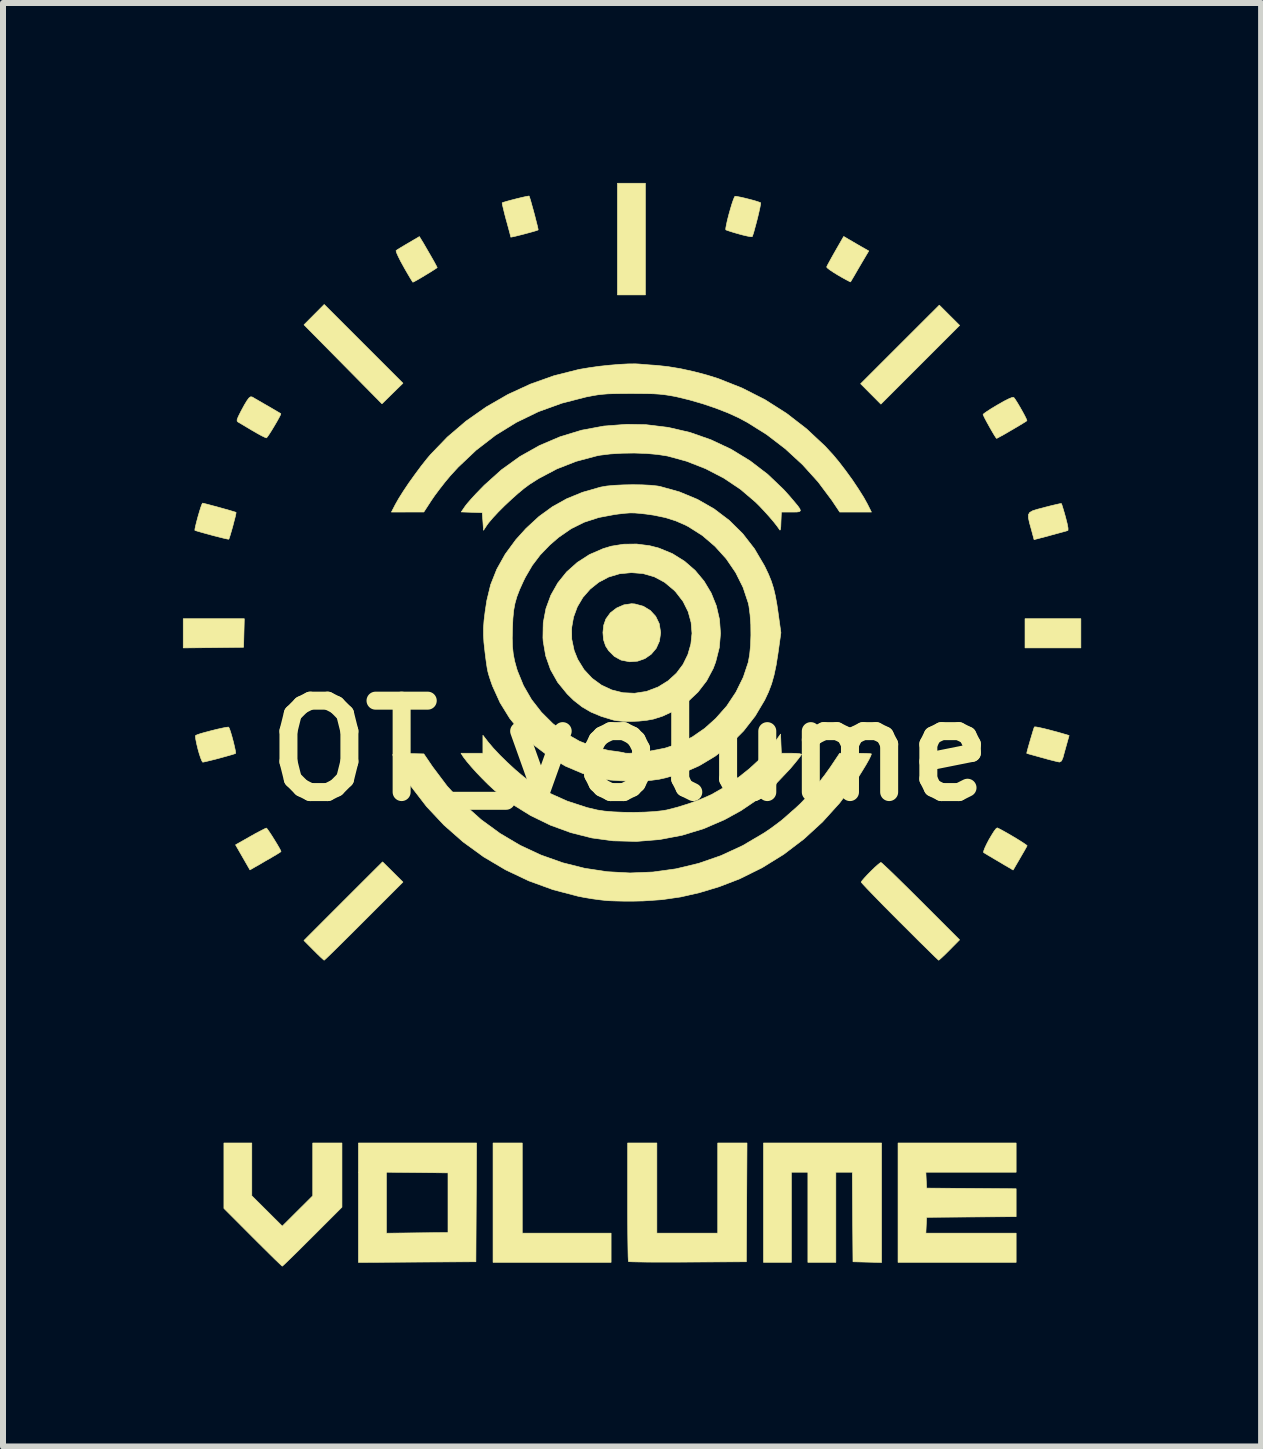
<source format=kicad_pcb>
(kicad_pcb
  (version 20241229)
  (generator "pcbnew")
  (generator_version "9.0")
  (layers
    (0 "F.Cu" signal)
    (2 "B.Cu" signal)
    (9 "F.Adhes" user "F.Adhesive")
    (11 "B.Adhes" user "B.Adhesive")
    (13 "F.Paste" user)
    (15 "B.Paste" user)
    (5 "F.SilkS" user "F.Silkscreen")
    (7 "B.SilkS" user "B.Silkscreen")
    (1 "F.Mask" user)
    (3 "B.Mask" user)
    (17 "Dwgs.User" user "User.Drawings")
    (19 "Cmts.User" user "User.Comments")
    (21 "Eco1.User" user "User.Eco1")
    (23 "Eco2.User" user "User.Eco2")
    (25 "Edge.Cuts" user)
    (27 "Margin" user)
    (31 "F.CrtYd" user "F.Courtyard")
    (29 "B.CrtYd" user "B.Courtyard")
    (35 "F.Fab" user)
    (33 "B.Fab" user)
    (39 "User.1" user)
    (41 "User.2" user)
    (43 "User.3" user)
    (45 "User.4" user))
  (footprint "OT_volume"
    (layer "F.Cu")
    (at 7.456 9.466)
    (property "Reference" "OT_volume" (at 0 0 0) (layer "F.SilkS") (effects (font (size 1.524 1.524) (thickness 0.3))))
    (attr through_hole)
    (fp_poly (pts (xy 0.254 -7.599) (xy -0.212 -7.599) (xy -0.212 -9.461) (xy 0.254 -9.461) (xy 0.254 -7.599)) (stroke (width 0.01) (type solid)) (fill yes) (layer "F.SilkS"))
    (fp_poly (pts (xy 7.514 -1.714) (xy 6.583 -1.714) (xy 6.583 -2.201) (xy 7.514 -2.201) (xy 7.514 -1.714)) (stroke (width 0.01) (type solid)) (fill yes) (layer "F.SilkS"))
    (fp_poly (pts (xy -6.445 -1.725) (xy -6.948 -1.719) (xy -7.451 -1.714) (xy -7.451 -2.201) (xy -6.433 -2.201) (xy -6.445 -1.725)) (stroke (width 0.01) (type solid)) (fill yes) (layer "F.SilkS"))
    (fp_poly (pts (xy -4.445 -6.784) (xy -3.788 -6.127) (xy -3.963 -5.956) (xy -4.138 -5.784) (xy -5.438 -7.101) (xy -5.101 -7.44) (xy -4.445 -6.784)) (stroke (width 0.01) (type solid)) (fill yes) (layer "F.SilkS"))
    (fp_poly (pts (xy -1.799 8.043) (xy -0.318 8.043) (xy -0.318 8.53) (xy -2.286 8.53) (xy -2.286 6.54) (xy -1.799 6.54) (xy -1.799 8.043)) (stroke (width 0.01) (type solid)) (fill yes) (layer "F.SilkS"))
    (fp_poly (pts (xy 5.323 -7.26) (xy 5.493 -7.091) (xy 4.18 -5.778) (xy 4.011 -5.948) (xy 3.842 -6.118) (xy 5.154 -7.429) (xy 5.323 -7.26)) (stroke (width 0.01) (type solid)) (fill yes) (layer "F.SilkS"))
    (fp_poly (pts (xy -2.572 8.52) (xy -3.551 8.525) (xy -4.53 8.531) (xy -4.53 8.044) (xy -4.064 8.044) (xy -3.551 8.038) (xy -3.037 8.033) (xy -3.037 7.038) (xy -3.551 7.032) (xy -4.064 7.027) (xy -4.064 8.044) (xy -4.53 8.044) (xy -4.53 6.54) (xy -2.561 6.54) (xy -2.572 8.52)) (stroke (width 0.01) (type solid)) (fill yes) (layer "F.SilkS"))
    (fp_poly (pts (xy 4.191 8.532) (xy 3.953 8.526) (xy 3.715 8.52) (xy 3.709 7.773) (xy 3.704 7.027) (xy 3.429 7.027) (xy 3.429 8.53) (xy 2.963 8.53) (xy 2.963 7.027) (xy 2.688 7.027) (xy 2.688 8.53) (xy 2.223 8.53) (xy 2.223 6.54) (xy 4.191 6.54) (xy 4.191 8.532)) (stroke (width 0.01) (type solid)) (fill yes) (layer "F.SilkS"))
    (fp_poly (pts (xy 6.435 7.027) (xy 4.93 7.027) (xy 4.936 7.16) (xy 4.942 7.292) (xy 5.689 7.297) (xy 6.435 7.303) (xy 6.435 7.768) (xy 5.689 7.773) (xy 4.942 7.779) (xy 4.93 8.043) (xy 6.435 8.043) (xy 6.435 8.53) (xy 4.466 8.53) (xy 4.466 6.54) (xy 6.435 6.54) (xy 6.435 7.027)) (stroke (width 0.01) (type solid)) (fill yes) (layer "F.SilkS"))
    (fp_poly (pts (xy -3.958 2.021) (xy -3.788 2.19) (xy -4.439 2.841) (xy -4.576 2.978) (xy -4.704 3.105) (xy -4.819 3.219) (xy -4.918 3.317) (xy -4.999 3.396) (xy -5.059 3.454) (xy -5.094 3.486) (xy -5.102 3.493) (xy -5.12 3.478) (xy -5.162 3.44) (xy -5.22 3.384) (xy -5.276 3.328) (xy -5.439 3.164) (xy -4.784 2.508) (xy -4.128 1.853) (xy -3.958 2.021)) (stroke (width 0.01) (type solid)) (fill yes) (layer "F.SilkS"))
    (fp_poly (pts (xy -6.308 7.42) (xy -5.8 7.926) (xy -5.292 7.42) (xy -5.292 6.54) (xy -4.805 6.54) (xy -4.805 7.61) (xy -5.297 8.102) (xy -5.416 8.22) (xy -5.524 8.328) (xy -5.62 8.422) (xy -5.699 8.499) (xy -5.757 8.555) (xy -5.792 8.587) (xy -5.8 8.594) (xy -5.817 8.579) (xy -5.86 8.538) (xy -5.926 8.475) (xy -6.011 8.391) (xy -6.111 8.292) (xy -6.223 8.181) (xy -6.292 8.112) (xy -6.773 7.63) (xy -6.773 6.54) (xy -6.308 6.54) (xy -6.308 7.42)) (stroke (width 0.01) (type solid)) (fill yes) (layer "F.SilkS"))
    (fp_poly (pts (xy 0.445 8.043) (xy 1.46 8.043) (xy 1.46 6.54) (xy 1.948 6.54) (xy 1.937 8.52) (xy 0.962 8.525) (xy 0.762 8.526) (xy 0.576 8.526) (xy 0.407 8.526) (xy 0.26 8.525) (xy 0.139 8.523) (xy 0.047 8.521) (xy -0.01 8.519) (xy -0.028 8.516) (xy -0.031 8.493) (xy -0.034 8.431) (xy -0.036 8.336) (xy -0.038 8.211) (xy -0.04 8.061) (xy -0.041 7.889) (xy -0.042 7.701) (xy -0.042 7.521) (xy -0.042 6.54) (xy 0.445 6.54) (xy 0.445 8.043)) (stroke (width 0.01) (type solid)) (fill yes) (layer "F.SilkS"))
    (fp_poly (pts (xy -6.048 1.307) (xy -6.017 1.352) (xy -5.975 1.415) (xy -5.93 1.487) (xy -5.886 1.559) (xy -5.85 1.621) (xy -5.826 1.666) (xy -5.821 1.681) (xy -5.838 1.694) (xy -5.884 1.723) (xy -5.95 1.762) (xy -5.995 1.789) (xy -6.084 1.839) (xy -6.168 1.889) (xy -6.236 1.928) (xy -6.255 1.938) (xy -6.339 1.987) (xy -6.459 1.778) (xy -6.579 1.569) (xy -6.332 1.429) (xy -6.24 1.377) (xy -6.159 1.335) (xy -6.099 1.304) (xy -6.067 1.29) (xy -6.064 1.29) (xy -6.048 1.307)) (stroke (width 0.01) (type solid)) (fill yes) (layer "F.SilkS"))
    (fp_poly (pts (xy 0.079 -2.447) (xy 0.219 -2.409) (xy 0.336 -2.338) (xy 0.426 -2.24) (xy 0.485 -2.118) (xy 0.507 -1.979) (xy 0.508 -1.964) (xy 0.488 -1.827) (xy 0.434 -1.707) (xy 0.351 -1.609) (xy 0.246 -1.536) (xy 0.124 -1.493) (xy -0.009 -1.483) (xy -0.147 -1.51) (xy -0.156 -1.513) (xy -0.264 -1.573) (xy -0.358 -1.667) (xy -0.409 -1.746) (xy -0.444 -1.85) (xy -0.454 -1.971) (xy -0.441 -2.093) (xy -0.405 -2.196) (xy -0.33 -2.299) (xy -0.226 -2.379) (xy -0.105 -2.432) (xy 0.023 -2.451) (xy 0.079 -2.447)) (stroke (width 0.01) (type solid)) (fill yes) (layer "F.SilkS"))
    (fp_poly (pts (xy 3.638 -8.528) (xy 3.697 -8.494) (xy 3.775 -8.448) (xy 3.846 -8.407) (xy 3.978 -8.332) (xy 3.939 -8.267) (xy 3.912 -8.221) (xy 3.87 -8.15) (xy 3.82 -8.065) (xy 3.789 -8.012) (xy 3.743 -7.932) (xy 3.705 -7.868) (xy 3.681 -7.827) (xy 3.674 -7.816) (xy 3.655 -7.824) (xy 3.607 -7.849) (xy 3.538 -7.887) (xy 3.47 -7.926) (xy 3.39 -7.975) (xy 3.326 -8.018) (xy 3.286 -8.05) (xy 3.276 -8.065) (xy 3.288 -8.092) (xy 3.318 -8.147) (xy 3.36 -8.224) (xy 3.411 -8.314) (xy 3.421 -8.332) (xy 3.56 -8.574) (xy 3.638 -8.528)) (stroke (width 0.01) (type solid)) (fill yes) (layer "F.SilkS"))
    (fp_poly (pts (xy 7.189 -4.121) (xy 7.198 -4.099) (xy 7.215 -4.044) (xy 7.238 -3.967) (xy 7.258 -3.896) (xy 7.286 -3.786) (xy 7.3 -3.713) (xy 7.3 -3.676) (xy 7.295 -3.671) (xy 7.266 -3.662) (xy 7.205 -3.645) (xy 7.12 -3.622) (xy 7.02 -3.595) (xy 7.003 -3.59) (xy 6.734 -3.519) (xy 6.688 -3.691) (xy 6.657 -3.802) (xy 6.64 -3.882) (xy 6.64 -3.936) (xy 6.662 -3.973) (xy 6.711 -4.001) (xy 6.791 -4.026) (xy 6.907 -4.056) (xy 6.908 -4.057) (xy 7.01 -4.083) (xy 7.095 -4.103) (xy 7.157 -4.117) (xy 7.187 -4.121) (xy 7.189 -4.121)) (stroke (width 0.01) (type solid)) (fill yes) (layer "F.SilkS"))
    (fp_poly (pts (xy -3.485 -8.524) (xy -3.449 -8.466) (xy -3.405 -8.39) (xy -3.357 -8.307) (xy -3.309 -8.224) (xy -3.267 -8.15) (xy -3.236 -8.092) (xy -3.219 -8.06) (xy -3.217 -8.056) (xy -3.234 -8.042) (xy -3.279 -8.013) (xy -3.342 -7.973) (xy -3.415 -7.929) (xy -3.488 -7.885) (xy -3.553 -7.847) (xy -3.601 -7.821) (xy -3.623 -7.811) (xy -3.635 -7.829) (xy -3.665 -7.877) (xy -3.707 -7.948) (xy -3.758 -8.036) (xy -3.775 -8.067) (xy -3.827 -8.161) (xy -3.867 -8.241) (xy -3.894 -8.302) (xy -3.903 -8.335) (xy -3.902 -8.339) (xy -3.877 -8.356) (xy -3.824 -8.389) (xy -3.752 -8.432) (xy -3.699 -8.463) (xy -3.514 -8.572) (xy -3.485 -8.524)) (stroke (width 0.01) (type solid)) (fill yes) (layer "F.SilkS"))
    (fp_poly (pts (xy 6.765 -0.397) (xy 6.823 -0.386) (xy 6.908 -0.367) (xy 7.013 -0.34) (xy 7.13 -0.309) (xy 7.22 -0.283) (xy 7.318 -0.254) (xy 7.278 -0.111) (xy 7.254 -0.025) (xy 7.231 0.058) (xy 7.217 0.111) (xy 7.192 0.17) (xy 7.16 0.189) (xy 7.159 0.189) (xy 7.125 0.183) (xy 7.06 0.167) (xy 6.973 0.145) (xy 6.873 0.117) (xy 6.869 0.116) (xy 6.772 0.089) (xy 6.692 0.067) (xy 6.636 0.051) (xy 6.612 0.044) (xy 6.612 0.044) (xy 6.615 0.024) (xy 6.628 -0.026) (xy 6.648 -0.097) (xy 6.671 -0.177) (xy 6.695 -0.258) (xy 6.716 -0.328) (xy 6.732 -0.378) (xy 6.74 -0.397) (xy 6.765 -0.397)) (stroke (width 0.01) (type solid)) (fill yes) (layer "F.SilkS"))
    (fp_poly (pts (xy -6.693 -0.392) (xy -6.679 -0.364) (xy -6.66 -0.308) (xy -6.638 -0.233) (xy -6.616 -0.151) (xy -6.597 -0.072) (xy -6.583 -0.006) (xy -6.577 0.036) (xy -6.579 0.045) (xy -6.603 0.054) (xy -6.659 0.071) (xy -6.737 0.093) (xy -6.827 0.118) (xy -6.92 0.143) (xy -7.006 0.164) (xy -7.075 0.181) (xy -7.119 0.19) (xy -7.126 0.191) (xy -7.14 0.171) (xy -7.161 0.12) (xy -7.186 0.044) (xy -7.205 -0.024) (xy -7.227 -0.114) (xy -7.242 -0.189) (xy -7.248 -0.239) (xy -7.245 -0.254) (xy -7.217 -0.267) (xy -7.158 -0.287) (xy -7.079 -0.309) (xy -6.988 -0.333) (xy -6.896 -0.356) (xy -6.811 -0.375) (xy -6.743 -0.389) (xy -6.701 -0.394) (xy -6.693 -0.392)) (stroke (width 0.01) (type solid)) (fill yes) (layer "F.SilkS"))
    (fp_poly (pts (xy 1.777 -9.241) (xy 1.835 -9.23) (xy 1.911 -9.213) (xy 1.994 -9.192) (xy 2.073 -9.171) (xy 2.136 -9.151) (xy 2.172 -9.137) (xy 2.176 -9.134) (xy 2.174 -9.112) (xy 2.164 -9.057) (xy 2.147 -8.98) (xy 2.126 -8.89) (xy 2.102 -8.797) (xy 2.078 -8.709) (xy 2.058 -8.635) (xy 2.041 -8.586) (xy 2.034 -8.57) (xy 2.01 -8.57) (xy 1.954 -8.58) (xy 1.876 -8.598) (xy 1.814 -8.615) (xy 1.726 -8.64) (xy 1.654 -8.663) (xy 1.607 -8.679) (xy 1.594 -8.685) (xy 1.594 -8.711) (xy 1.604 -8.767) (xy 1.621 -8.845) (xy 1.644 -8.935) (xy 1.67 -9.028) (xy 1.696 -9.115) (xy 1.72 -9.185) (xy 1.739 -9.231) (xy 1.748 -9.243) (xy 1.777 -9.241)) (stroke (width 0.01) (type solid)) (fill yes) (layer "F.SilkS"))
    (fp_poly (pts (xy -6.306 -5.899) (xy -6.293 -5.893) (xy -6.26 -5.873) (xy -6.199 -5.838) (xy -6.12 -5.792) (xy -6.043 -5.748) (xy -5.959 -5.699) (xy -5.889 -5.658) (xy -5.842 -5.63) (xy -5.824 -5.619) (xy -5.83 -5.599) (xy -5.854 -5.552) (xy -5.89 -5.487) (xy -5.933 -5.414) (xy -5.977 -5.341) (xy -6.017 -5.278) (xy -6.048 -5.233) (xy -6.064 -5.216) (xy -6.09 -5.225) (xy -6.144 -5.251) (xy -6.217 -5.291) (xy -6.297 -5.337) (xy -6.384 -5.389) (xy -6.459 -5.434) (xy -6.515 -5.467) (xy -6.54 -5.482) (xy -6.553 -5.497) (xy -6.552 -5.523) (xy -6.534 -5.569) (xy -6.497 -5.643) (xy -6.488 -5.661) (xy -6.431 -5.766) (xy -6.388 -5.837) (xy -6.356 -5.88) (xy -6.33 -5.9) (xy -6.306 -5.899)) (stroke (width 0.01) (type solid)) (fill yes) (layer "F.SilkS"))
    (fp_poly (pts (xy 6.398 -5.887) (xy 6.421 -5.856) (xy 6.456 -5.801) (xy 6.497 -5.732) (xy 6.539 -5.658) (xy 6.576 -5.59) (xy 6.603 -5.535) (xy 6.614 -5.505) (xy 6.614 -5.502) (xy 6.594 -5.487) (xy 6.545 -5.457) (xy 6.476 -5.415) (xy 6.396 -5.368) (xy 6.312 -5.319) (xy 6.233 -5.273) (xy 6.167 -5.237) (xy 6.123 -5.213) (xy 6.109 -5.207) (xy 6.095 -5.224) (xy 6.065 -5.271) (xy 6.025 -5.339) (xy 5.992 -5.397) (xy 5.947 -5.478) (xy 5.911 -5.546) (xy 5.889 -5.592) (xy 5.884 -5.607) (xy 5.902 -5.624) (xy 5.949 -5.657) (xy 6.02 -5.703) (xy 6.107 -5.755) (xy 6.129 -5.768) (xy 6.238 -5.83) (xy 6.316 -5.869) (xy 6.366 -5.889) (xy 6.394 -5.89) (xy 6.398 -5.887)) (stroke (width 0.01) (type solid)) (fill yes) (layer "F.SilkS"))
    (fp_poly (pts (xy -7.103 -4.122) (xy -7.046 -4.108) (xy -6.968 -4.087) (xy -6.878 -4.063) (xy -6.785 -4.037) (xy -6.699 -4.013) (xy -6.628 -3.992) (xy -6.582 -3.978) (xy -6.57 -3.973) (xy -6.573 -3.952) (xy -6.584 -3.9) (xy -6.603 -3.828) (xy -6.624 -3.746) (xy -6.647 -3.665) (xy -6.668 -3.594) (xy -6.684 -3.544) (xy -6.692 -3.526) (xy -6.714 -3.529) (xy -6.769 -3.541) (xy -6.849 -3.561) (xy -6.948 -3.586) (xy -6.974 -3.593) (xy -7.076 -3.621) (xy -7.162 -3.645) (xy -7.224 -3.663) (xy -7.255 -3.673) (xy -7.257 -3.674) (xy -7.256 -3.697) (xy -7.245 -3.749) (xy -7.227 -3.822) (xy -7.205 -3.904) (xy -7.181 -3.986) (xy -7.159 -4.057) (xy -7.14 -4.108) (xy -7.129 -4.127) (xy -7.129 -4.128) (xy -7.103 -4.122)) (stroke (width 0.01) (type solid)) (fill yes) (layer "F.SilkS"))
    (fp_poly (pts (xy -1.676 -9.224) (xy -1.659 -9.17) (xy -1.638 -9.094) (xy -1.613 -9.005) (xy -1.588 -8.911) (xy -1.566 -8.824) (xy -1.547 -8.75) (xy -1.536 -8.7) (xy -1.534 -8.683) (xy -1.556 -8.674) (xy -1.608 -8.658) (xy -1.68 -8.638) (xy -1.762 -8.616) (xy -1.844 -8.595) (xy -1.916 -8.577) (xy -1.968 -8.566) (xy -1.989 -8.562) (xy -1.99 -8.563) (xy -1.995 -8.585) (xy -2.009 -8.64) (xy -2.031 -8.721) (xy -2.058 -8.82) (xy -2.066 -8.848) (xy -2.093 -8.95) (xy -2.114 -9.037) (xy -2.129 -9.1) (xy -2.134 -9.132) (xy -2.134 -9.134) (xy -2.11 -9.144) (xy -2.056 -9.16) (xy -1.983 -9.18) (xy -1.901 -9.201) (xy -1.819 -9.221) (xy -1.749 -9.237) (xy -1.701 -9.246) (xy -1.685 -9.248) (xy -1.676 -9.224)) (stroke (width 0.01) (type solid)) (fill yes) (layer "F.SilkS"))
    (fp_poly (pts (xy 6.12 1.286) (xy 6.152 1.301) (xy 6.209 1.331) (xy 6.282 1.372) (xy 6.363 1.419) (xy 6.445 1.468) (xy 6.519 1.514) (xy 6.577 1.552) (xy 6.612 1.577) (xy 6.618 1.584) (xy 6.599 1.619) (xy 6.567 1.676) (xy 6.526 1.746) (xy 6.483 1.821) (xy 6.442 1.891) (xy 6.409 1.948) (xy 6.389 1.982) (xy 6.384 1.989) (xy 6.366 1.978) (xy 6.319 1.95) (xy 6.248 1.909) (xy 6.163 1.858) (xy 6.149 1.85) (xy 6.059 1.797) (xy 5.981 1.751) (xy 5.923 1.716) (xy 5.894 1.698) (xy 5.892 1.698) (xy 5.893 1.675) (xy 5.911 1.625) (xy 5.942 1.559) (xy 5.981 1.484) (xy 6.024 1.411) (xy 6.064 1.347) (xy 6.097 1.303) (xy 6.119 1.286) (xy 6.12 1.286)) (stroke (width 0.01) (type solid)) (fill yes) (layer "F.SilkS"))
    (fp_poly (pts (xy 4.2 1.877) (xy 4.245 1.919) (xy 4.315 1.984) (xy 4.404 2.07) (xy 4.51 2.174) (xy 4.631 2.293) (xy 4.762 2.423) (xy 4.847 2.508) (xy 5.492 3.153) (xy 5.324 3.323) (xy 5.256 3.391) (xy 5.199 3.445) (xy 5.159 3.481) (xy 5.144 3.493) (xy 5.127 3.478) (xy 5.083 3.437) (xy 5.016 3.371) (xy 4.929 3.285) (xy 4.823 3.182) (xy 4.704 3.063) (xy 4.574 2.933) (xy 4.492 2.852) (xy 4.357 2.716) (xy 4.231 2.589) (xy 4.119 2.474) (xy 4.022 2.374) (xy 3.944 2.293) (xy 3.888 2.233) (xy 3.857 2.198) (xy 3.852 2.19) (xy 3.867 2.166) (xy 3.905 2.122) (xy 3.958 2.065) (xy 4.019 2.003) (xy 4.08 1.944) (xy 4.133 1.897) (xy 4.17 1.868) (xy 4.181 1.863) (xy 4.2 1.877)) (stroke (width 0.01) (type solid)) (fill yes) (layer "F.SilkS"))
    (fp_poly (pts (xy 2.514 -0.117) (xy 2.521 0.042) (xy 2.689 0.042) (xy 2.767 0.044) (xy 2.826 0.05) (xy 2.856 0.058) (xy 2.857 0.06) (xy 2.844 0.082) (xy 2.809 0.129) (xy 2.755 0.196) (xy 2.689 0.275) (xy 2.67 0.298) (xy 2.419 0.563) (xy 2.147 0.796) (xy 1.847 0.999) (xy 1.576 1.148) (xy 1.227 1.299) (xy 0.864 1.41) (xy 0.489 1.481) (xy 0.105 1.512) (xy -0.286 1.502) (xy -0.638 1.454) (xy -0.988 1.366) (xy -1.33 1.241) (xy -1.659 1.081) (xy -1.97 0.888) (xy -2.257 0.664) (xy -2.275 0.648) (xy -2.365 0.565) (xy -2.462 0.468) (xy -2.56 0.366) (xy -2.649 0.267) (xy -2.724 0.178) (xy -2.777 0.109) (xy -2.783 0.101) (xy -2.82 0.042) (xy -2.455 0.042) (xy -2.455 -0.258) (xy -2.368 -0.145) (xy -2.28 -0.041) (xy -2.169 0.077) (xy -2.043 0.2) (xy -1.912 0.32) (xy -1.786 0.427) (xy -1.674 0.513) (xy -1.648 0.531) (xy -1.362 0.7) (xy -1.049 0.84) (xy -0.718 0.948) (xy -0.55 0.988) (xy -0.432 1.006) (xy -0.283 1.019) (xy -0.115 1.026) (xy 0.063 1.028) (xy 0.238 1.024) (xy 0.4 1.015) (xy 0.538 1) (xy 0.608 0.988) (xy 0.788 0.942) (xy 0.977 0.883) (xy 1.161 0.816) (xy 1.322 0.746) (xy 1.355 0.731) (xy 1.568 0.61) (xy 1.782 0.464) (xy 1.988 0.3) (xy 2.177 0.126) (xy 2.338 -0.05) (xy 2.413 -0.146) (xy 2.508 -0.277) (xy 2.514 -0.117)) (stroke (width 0.01) (type solid)) (fill yes) (layer "F.SilkS"))
    (fp_poly (pts (xy 0.263 -5.436) (xy 0.633 -5.391) (xy 0.996 -5.307) (xy 1.347 -5.184) (xy 1.683 -5.026) (xy 1.999 -4.833) (xy 2.293 -4.608) (xy 2.56 -4.353) (xy 2.652 -4.251) (xy 2.737 -4.151) (xy 2.796 -4.08) (xy 2.83 -4.031) (xy 2.838 -4.001) (xy 2.821 -3.986) (xy 2.781 -3.98) (xy 2.718 -3.979) (xy 2.69 -3.979) (xy 2.521 -3.979) (xy 2.514 -3.815) (xy 2.511 -3.735) (xy 2.506 -3.691) (xy 2.498 -3.678) (xy 2.487 -3.69) (xy 2.481 -3.7) (xy 2.446 -3.749) (xy 2.389 -3.821) (xy 2.317 -3.905) (xy 2.236 -3.995) (xy 2.155 -4.081) (xy 2.088 -4.147) (xy 1.839 -4.359) (xy 1.561 -4.545) (xy 1.258 -4.702) (xy 0.939 -4.827) (xy 0.62 -4.914) (xy 0.46 -4.939) (xy 0.273 -4.956) (xy 0.07 -4.963) (xy -0.135 -4.96) (xy -0.33 -4.948) (xy -0.501 -4.927) (xy -0.561 -4.915) (xy -0.902 -4.824) (xy -1.221 -4.699) (xy -1.526 -4.538) (xy -1.677 -4.442) (xy -1.766 -4.376) (xy -1.87 -4.29) (xy -1.982 -4.19) (xy -2.095 -4.084) (xy -2.201 -3.978) (xy -2.292 -3.88) (xy -2.362 -3.797) (xy -2.387 -3.763) (xy -2.445 -3.675) (xy -2.455 -3.822) (xy -2.466 -3.969) (xy -2.641 -3.975) (xy -2.816 -3.981) (xy -2.749 -4.079) (xy -2.711 -4.127) (xy -2.649 -4.198) (xy -2.571 -4.283) (xy -2.483 -4.374) (xy -2.432 -4.426) (xy -2.146 -4.683) (xy -1.839 -4.904) (xy -1.512 -5.088) (xy -1.167 -5.235) (xy -0.809 -5.344) (xy -0.438 -5.413) (xy -0.056 -5.442) (xy 0.263 -5.436)) (stroke (width 0.01) (type solid)) (fill yes) (layer "F.SilkS"))
    (fp_poly (pts (xy 0.325 -3.418) (xy 0.477 -3.379) (xy 0.705 -3.285) (xy 0.908 -3.158) (xy 1.085 -3.004) (xy 1.233 -2.826) (xy 1.351 -2.629) (xy 1.437 -2.415) (xy 1.489 -2.19) (xy 1.506 -1.956) (xy 1.486 -1.719) (xy 1.426 -1.481) (xy 1.385 -1.372) (xy 1.275 -1.165) (xy 1.131 -0.978) (xy 0.958 -0.815) (xy 0.76 -0.679) (xy 0.542 -0.577) (xy 0.389 -0.528) (xy 0.28 -0.508) (xy 0.15 -0.494) (xy 0.013 -0.488) (xy -0.117 -0.49) (xy -0.227 -0.501) (xy -0.275 -0.51) (xy -0.48 -0.572) (xy -0.653 -0.644) (xy -0.803 -0.732) (xy -0.942 -0.841) (xy -1.05 -0.947) (xy -1.209 -1.142) (xy -1.328 -1.353) (xy -1.408 -1.581) (xy -1.45 -1.826) (xy -1.454 -1.884) (xy -1.451 -2.047) (xy -0.976 -2.047) (xy -0.974 -1.86) (xy -0.934 -1.671) (xy -0.875 -1.524) (xy -0.769 -1.352) (xy -0.635 -1.208) (xy -0.479 -1.094) (xy -0.305 -1.013) (xy -0.12 -0.967) (xy 0.073 -0.958) (xy 0.268 -0.988) (xy 0.278 -0.991) (xy 0.469 -1.064) (xy 0.633 -1.166) (xy 0.772 -1.293) (xy 0.882 -1.44) (xy 0.962 -1.603) (xy 1.012 -1.777) (xy 1.031 -1.957) (xy 1.016 -2.139) (xy 0.967 -2.318) (xy 0.882 -2.489) (xy 0.76 -2.647) (xy 0.733 -2.675) (xy 0.574 -2.808) (xy 0.402 -2.9) (xy 0.213 -2.954) (xy 0.021 -2.969) (xy -0.178 -2.95) (xy -0.361 -2.895) (xy -0.525 -2.808) (xy -0.668 -2.693) (xy -0.788 -2.556) (xy -0.881 -2.399) (xy -0.944 -2.228) (xy -0.976 -2.047) (xy -1.451 -2.047) (xy -1.449 -2.133) (xy -1.404 -2.37) (xy -1.322 -2.593) (xy -1.206 -2.798) (xy -1.059 -2.981) (xy -0.882 -3.139) (xy -0.679 -3.27) (xy -0.451 -3.369) (xy -0.315 -3.41) (xy -0.11 -3.443) (xy 0.108 -3.446) (xy 0.325 -3.418)) (stroke (width 0.01) (type solid)) (fill yes) (layer "F.SilkS"))
    (fp_poly (pts (xy 3.858 0.043) (xy 3.94 0.045) (xy 3.998 0.049) (xy 4.021 0.053) (xy 4.022 0.054) (xy 4.01 0.088) (xy 3.979 0.151) (xy 3.931 0.236) (xy 3.87 0.336) (xy 3.801 0.447) (xy 3.744 0.534) (xy 3.491 0.873) (xy 3.207 1.187) (xy 2.895 1.473) (xy 2.558 1.729) (xy 2.199 1.951) (xy 1.823 2.137) (xy 1.482 2.268) (xy 1.153 2.367) (xy 0.841 2.438) (xy 0.53 2.483) (xy 0.209 2.505) (xy 0.188 2.505) (xy 0.048 2.508) (xy -0.097 2.508) (xy -0.232 2.505) (xy -0.345 2.501) (xy -0.392 2.498) (xy -0.502 2.486) (xy -0.634 2.468) (xy -0.771 2.445) (xy -0.868 2.426) (xy -1.285 2.317) (xy -1.689 2.17) (xy -2.075 1.987) (xy -2.442 1.77) (xy -2.786 1.52) (xy -3.104 1.24) (xy -3.394 0.931) (xy -3.652 0.596) (xy -3.698 0.529) (xy -3.778 0.405) (xy -3.847 0.292) (xy -3.902 0.195) (xy -3.94 0.119) (xy -3.957 0.071) (xy -3.958 0.064) (xy -3.937 0.053) (xy -3.874 0.047) (xy -3.769 0.046) (xy -3.699 0.047) (xy -3.44 0.053) (xy -3.296 0.265) (xy -3.05 0.592) (xy -2.778 0.887) (xy -2.483 1.15) (xy -2.168 1.38) (xy -1.835 1.577) (xy -1.488 1.739) (xy -1.128 1.867) (xy -0.758 1.96) (xy -0.382 2.017) (xy -0.001 2.038) (xy 0.382 2.022) (xy 0.764 1.969) (xy 1.142 1.878) (xy 1.514 1.749) (xy 1.877 1.581) (xy 2.228 1.374) (xy 2.248 1.361) (xy 2.345 1.295) (xy 2.44 1.225) (xy 2.523 1.162) (xy 2.569 1.123) (xy 2.641 1.059) (xy 2.715 0.994) (xy 2.762 0.953) (xy 2.841 0.879) (xy 2.937 0.778) (xy 3.041 0.659) (xy 3.147 0.53) (xy 3.247 0.401) (xy 3.334 0.279) (xy 3.348 0.259) (xy 3.493 0.042) (xy 3.758 0.042) (xy 3.858 0.043)) (stroke (width 0.01) (type solid)) (fill yes) (layer "F.SilkS"))
    (fp_poly (pts (xy 0.148 -6.447) (xy 0.227 -6.44) (xy 0.328 -6.432) (xy 0.431 -6.425) (xy 0.445 -6.424) (xy 0.63 -6.404) (xy 0.841 -6.369) (xy 1.064 -6.32) (xy 1.287 -6.261) (xy 1.471 -6.203) (xy 1.867 -6.046) (xy 2.247 -5.853) (xy 2.606 -5.625) (xy 2.941 -5.366) (xy 3.248 -5.079) (xy 3.379 -4.937) (xy 3.484 -4.811) (xy 3.595 -4.666) (xy 3.706 -4.513) (xy 3.808 -4.36) (xy 3.896 -4.22) (xy 3.956 -4.111) (xy 4.022 -3.979) (xy 3.494 -3.979) (xy 3.363 -4.175) (xy 3.135 -4.48) (xy 2.875 -4.768) (xy 2.586 -5.034) (xy 2.277 -5.271) (xy 1.953 -5.474) (xy 1.803 -5.554) (xy 1.627 -5.634) (xy 1.423 -5.713) (xy 1.203 -5.787) (xy 0.981 -5.851) (xy 0.77 -5.902) (xy 0.741 -5.908) (xy 0.652 -5.924) (xy 0.57 -5.936) (xy 0.486 -5.945) (xy 0.392 -5.951) (xy 0.278 -5.954) (xy 0.136 -5.955) (xy 0.021 -5.956) (xy -0.14 -5.955) (xy -0.268 -5.953) (xy -0.371 -5.95) (xy -0.458 -5.943) (xy -0.538 -5.934) (xy -0.621 -5.92) (xy -0.713 -5.902) (xy -0.731 -5.899) (xy -1.139 -5.794) (xy -1.529 -5.653) (xy -1.898 -5.474) (xy -2.245 -5.26) (xy -2.569 -5.01) (xy -2.869 -4.726) (xy -3 -4.583) (xy -3.086 -4.48) (xy -3.175 -4.366) (xy -3.258 -4.255) (xy -3.313 -4.175) (xy -3.44 -3.98) (xy -3.98 -3.979) (xy -3.917 -4.101) (xy -3.86 -4.202) (xy -3.782 -4.326) (xy -3.689 -4.465) (xy -3.587 -4.607) (xy -3.484 -4.746) (xy -3.385 -4.871) (xy -3.329 -4.937) (xy -3.049 -5.228) (xy -2.738 -5.494) (xy -2.4 -5.731) (xy -2.039 -5.939) (xy -1.661 -6.113) (xy -1.27 -6.252) (xy -0.869 -6.353) (xy -0.841 -6.359) (xy -0.686 -6.385) (xy -0.518 -6.409) (xy -0.347 -6.427) (xy -0.182 -6.441) (xy -0.034 -6.449) (xy 0.089 -6.45) (xy 0.148 -6.447)) (stroke (width 0.01) (type solid)) (fill yes) (layer "F.SilkS"))
    (fp_poly (pts (xy 0.197 -4.433) (xy 0.337 -4.426) (xy 0.452 -4.414) (xy 0.497 -4.406) (xy 0.82 -4.316) (xy 1.121 -4.191) (xy 1.399 -4.032) (xy 1.651 -3.841) (xy 1.876 -3.619) (xy 2.072 -3.367) (xy 2.236 -3.088) (xy 2.245 -3.071) (xy 2.306 -2.943) (xy 2.353 -2.827) (xy 2.39 -2.711) (xy 2.42 -2.584) (xy 2.447 -2.435) (xy 2.465 -2.312) (xy 2.513 -1.968) (xy 2.465 -1.625) (xy 2.434 -1.428) (xy 2.399 -1.262) (xy 2.358 -1.116) (xy 2.306 -0.979) (xy 2.244 -0.847) (xy 2.085 -0.579) (xy 1.892 -0.331) (xy 1.67 -0.107) (xy 1.422 0.088) (xy 1.155 0.248) (xy 1.143 0.254) (xy 0.976 0.328) (xy 0.786 0.396) (xy 0.593 0.451) (xy 0.481 0.476) (xy 0.347 0.494) (xy 0.186 0.504) (xy 0.01 0.506) (xy -0.167 0.501) (xy -0.331 0.489) (xy -0.469 0.469) (xy -0.487 0.465) (xy -0.789 0.38) (xy -1.076 0.258) (xy -1.345 0.102) (xy -1.592 -0.085) (xy -1.814 -0.3) (xy -2.008 -0.54) (xy -2.169 -0.801) (xy -2.296 -1.081) (xy -2.326 -1.166) (xy -2.346 -1.227) (xy -2.361 -1.276) (xy -2.373 -1.322) (xy -2.383 -1.372) (xy -2.393 -1.436) (xy -2.405 -1.523) (xy -2.42 -1.642) (xy -2.423 -1.67) (xy -2.438 -1.804) (xy -2.442 -1.877) (xy -1.966 -1.877) (xy -1.962 -1.737) (xy -1.949 -1.613) (xy -1.926 -1.494) (xy -1.891 -1.368) (xy -1.88 -1.333) (xy -1.779 -1.086) (xy -1.645 -0.854) (xy -1.48 -0.642) (xy -1.29 -0.453) (xy -1.078 -0.291) (xy -0.848 -0.16) (xy -0.606 -0.063) (xy -0.355 -0.004) (xy -0.307 0.002) (xy -0.222 0.013) (xy -0.154 0.024) (xy -0.114 0.031) (xy -0.108 0.034) (xy -0.076 0.041) (xy -0.009 0.042) (xy 0.088 0.036) (xy 0.208 0.023) (xy 0.309 0.01) (xy 0.577 -0.042) (xy 0.817 -0.12) (xy 1.036 -0.23) (xy 1.243 -0.373) (xy 1.428 -0.539) (xy 1.61 -0.745) (xy 1.764 -0.977) (xy 1.886 -1.225) (xy 1.969 -1.474) (xy 1.992 -1.6) (xy 2.007 -1.756) (xy 2.013 -1.927) (xy 2.011 -2.102) (xy 1.999 -2.268) (xy 1.98 -2.412) (xy 1.968 -2.466) (xy 1.882 -2.724) (xy 1.759 -2.97) (xy 1.602 -3.2) (xy 1.415 -3.407) (xy 1.204 -3.588) (xy 0.971 -3.736) (xy 0.921 -3.762) (xy 0.758 -3.833) (xy 0.587 -3.887) (xy 0.395 -3.927) (xy 0.27 -3.945) (xy 0.163 -3.957) (xy 0.077 -3.964) (xy -0.001 -3.965) (xy -0.086 -3.959) (xy -0.191 -3.947) (xy -0.259 -3.938) (xy -0.525 -3.888) (xy -0.765 -3.81) (xy -0.985 -3.701) (xy -1.193 -3.557) (xy -1.34 -3.43) (xy -1.5 -3.264) (xy -1.632 -3.09) (xy -1.747 -2.893) (xy -1.78 -2.826) (xy -1.842 -2.689) (xy -1.888 -2.57) (xy -1.92 -2.458) (xy -1.942 -2.34) (xy -1.955 -2.204) (xy -1.962 -2.047) (xy -1.966 -1.877) (xy -2.442 -1.877) (xy -2.445 -1.925) (xy -2.445 -2.044) (xy -2.436 -2.172) (xy -2.418 -2.319) (xy -2.391 -2.497) (xy -2.389 -2.508) (xy -2.326 -2.768) (xy -2.224 -3.025) (xy -2.083 -3.277) (xy -1.906 -3.518) (xy -1.736 -3.706) (xy -1.52 -3.905) (xy -1.296 -4.068) (xy -1.057 -4.201) (xy -0.796 -4.308) (xy -0.504 -4.392) (xy -0.487 -4.396) (xy -0.39 -4.413) (xy -0.261 -4.425) (xy -0.113 -4.432) (xy 0.043 -4.435) (xy 0.197 -4.433)) (stroke (width 0.01) (type solid)) (fill yes) (layer "F.SilkS")))
  (gr_rect
    (start -3 -3)
    (end 17.975 21.065)
    (stroke (width 0.1) (type default))
    (fill no)
    (layer "Edge.Cuts")))
</source>
